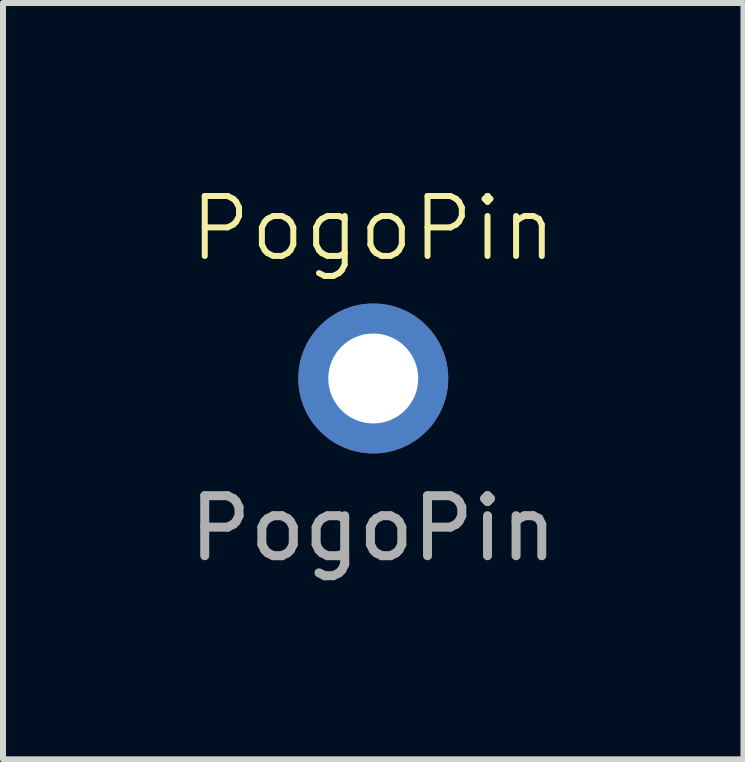
<source format=kicad_pcb>
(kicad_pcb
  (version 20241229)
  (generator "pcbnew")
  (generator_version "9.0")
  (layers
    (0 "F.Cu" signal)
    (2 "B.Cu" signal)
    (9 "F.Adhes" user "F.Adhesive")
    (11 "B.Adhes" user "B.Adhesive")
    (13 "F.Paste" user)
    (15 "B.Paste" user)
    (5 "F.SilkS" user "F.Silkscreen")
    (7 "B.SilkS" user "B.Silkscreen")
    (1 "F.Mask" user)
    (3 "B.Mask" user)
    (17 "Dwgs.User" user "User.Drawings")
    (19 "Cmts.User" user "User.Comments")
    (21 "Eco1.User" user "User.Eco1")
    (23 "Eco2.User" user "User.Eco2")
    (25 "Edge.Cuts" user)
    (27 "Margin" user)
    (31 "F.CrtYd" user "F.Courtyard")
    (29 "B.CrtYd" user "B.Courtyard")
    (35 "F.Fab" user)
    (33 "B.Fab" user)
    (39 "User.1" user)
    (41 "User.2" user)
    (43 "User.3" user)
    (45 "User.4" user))
  (footprint "PogoPin"
    (layer "F.Cu")
    (at 3.173 3.26)
    (property "Reference" "PogoPin" (at 0 -2.5 0) (unlocked yes) (layer "F.SilkS") (effects (font (size 1 1) (thickness 0.1))))
    (attr smd)
    (fp_text user "${REFERENCE}" (at 0 2.5 0) (unlocked yes) (layer "F.Fab") (effects (font (size 1 1) (thickness 0.15))))
    (pad "1" thru_hole circle (at 0 0) (size 2.5 2.5) (drill 1.5) (layers "*.Cu" "B.Mask")))
  (gr_rect
    (start -3 -3)
    (end 9.345 9.609)
    (stroke (width 0.1) (type default))
    (fill no)
    (layer "Edge.Cuts")))
</source>
